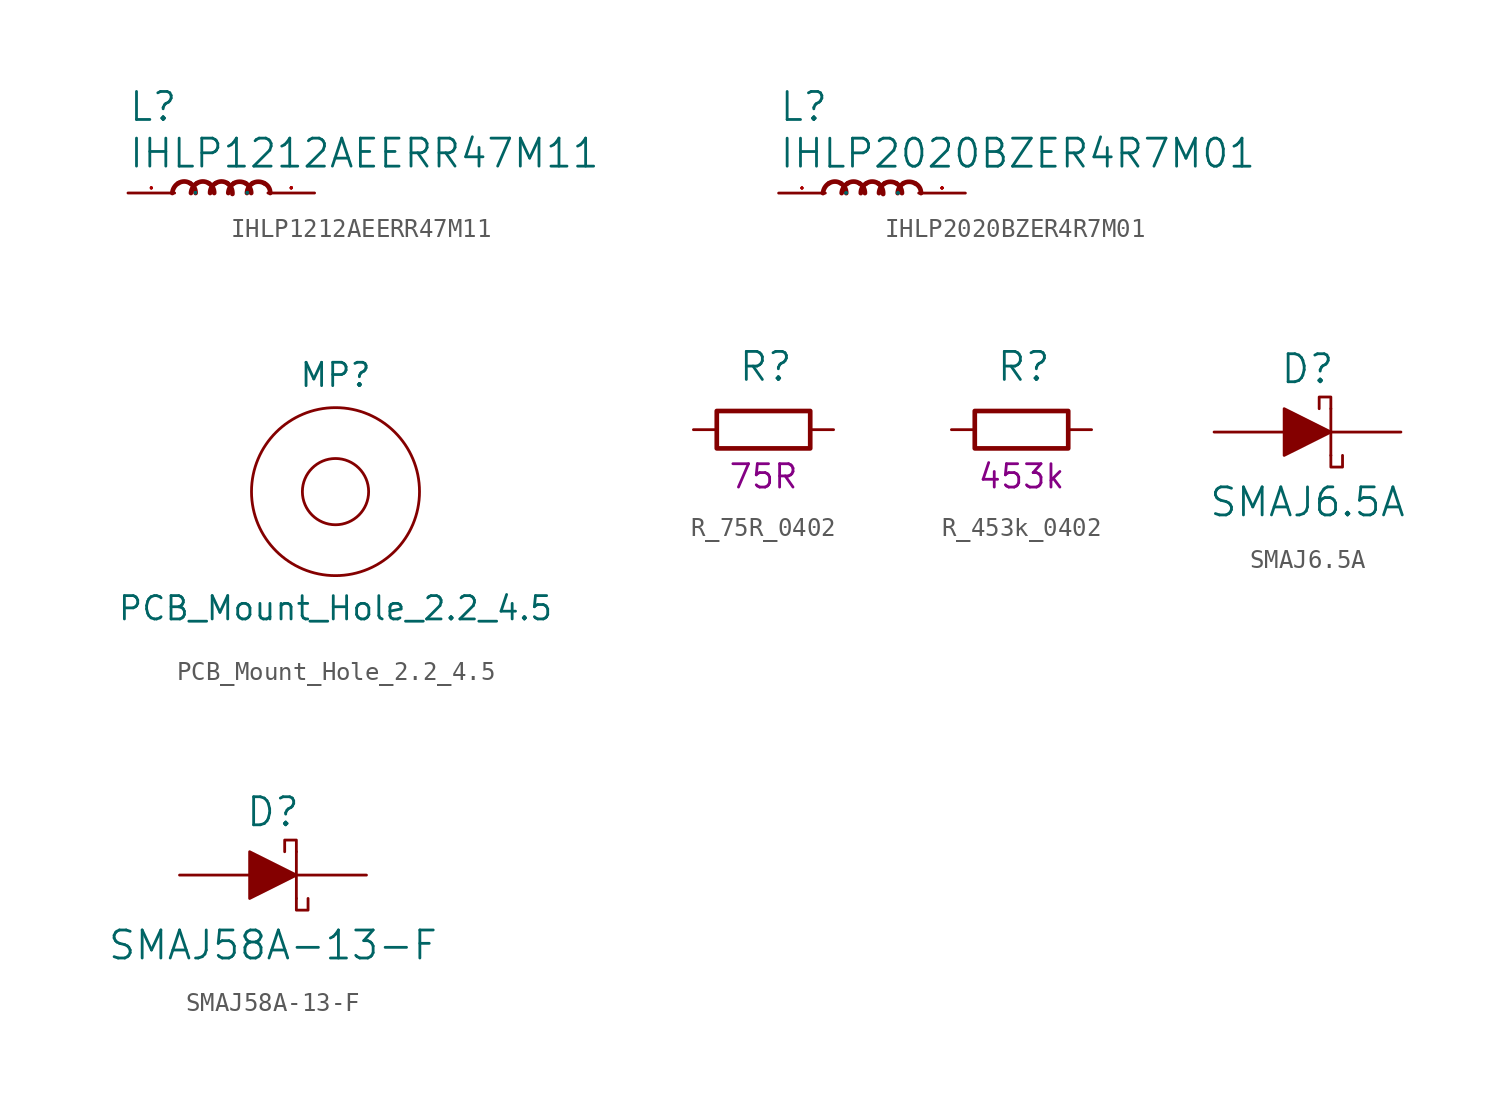
<source format=kicad_sym>
(kicad_symbol_lib
  (version 20211014)
  (generator kicad_symbol_editor)
  (symbol "IHLP1212AEERR47M11"
    (pin_names
      (offset 1.016))
    (property "Reference" "L"
      (at -5.08 3.81 0)
      (effects (font (size 1.524 1.524)) (justify left bottom)))
    (property "Value" "IHLP1212AEERR47M11"
      (at -5.08 1.27 0)
      (effects (font (size 1.524 1.524)) (justify left bottom)))
    (symbol "IHLP1212AEERR47M11_0_1"
      (pin passive line (at -5.08 0 0) (length 2.54) (name "P" (effects (font (size 0.025 0.025)))) (number "1" (effects (font (size 0.025 0.025)))))
      (pin passive line (at 5.08 0 180) (length 2.54) (name "P" (effects (font (size 0.025 0.025)))) (number "2" (effects (font (size 0.025 0.025))))))
    (symbol "IHLP1212AEERR47M11_1_1"
      (arc (start -2.3368 0.5334) (mid -2.5634 0.3084) (end -2.667 0) (stroke (width 0.254) (type default) (color 0 0 0 0)) (fill (type none)))
      (arc (start -1.7018 0.5334) (mid -2.021 0.6272) (end -2.3368 0.5334) (stroke (width 0.254) (type default) (color 0 0 0 0)) (fill (type none)))
      (arc (start -1.397 0) (mid -1.4773 0.309) (end -1.7018 0.5334) (stroke (width 0.254) (type default) (color 0 0 0 0)) (fill (type none)))
      (arc (start -1.3208 0.5334) (mid -1.5474 0.3084) (end -1.651 0) (stroke (width 0.254) (type default) (color 0 0 0 0)) (fill (type none)))
      (arc (start -0.6858 0.5334) (mid -1.005 0.6272) (end -1.3208 0.5334) (stroke (width 0.254) (type default) (color 0 0 0 0)) (fill (type none)))
      (arc (start -0.381 0) (mid -0.4613 0.309) (end -0.6858 0.5334) (stroke (width 0.254) (type default) (color 0 0 0 0)) (fill (type none)))
      (arc (start -0.3048 0.5334) (mid -0.5314 0.3084) (end -0.6096 0) (stroke (width 0.254) (type default) (color 0 0 0 0)) (fill (type none)))
      (arc (start 0.3302 0.5334) (mid 0.011 0.6272) (end -0.3048 0.5334) (stroke (width 0.254) (type default) (color 0 0 0 0)) (fill (type none)))
      (arc (start 0.6096 -0.0508) (mid 0.5463 0.2752) (end 0.3302 0.5334) (stroke (width 0.254) (type default) (color 0 0 0 0)) (fill (type none)))
      (arc (start 0.6858 0.5334) (mid 0.468 0.3053) (end 0.381 0) (stroke (width 0.254) (type default) (color 0 0 0 0)) (fill (type none)))
      (arc (start 1.3208 0.5334) (mid 1.0052 0.6142) (end 0.6858 0.5334) (stroke (width 0.254) (type default) (color 0 0 0 0)) (fill (type none)))
      (arc (start 1.6256 0) (mid 1.5432 0.306) (end 1.3208 0.5334) (stroke (width 0.254) (type default) (color 0 0 0 0)) (fill (type none)))
      (arc (start 1.7018 0.5334) (mid 1.484 0.3053) (end 1.397 0) (stroke (width 0.254) (type default) (color 0 0 0 0)) (fill (type none)))
      (arc (start 2.3368 0.5334) (mid 2.0212 0.6142) (end 1.7018 0.5334) (stroke (width 0.254) (type default) (color 0 0 0 0)) (fill (type none)))
      (arc (start 2.667 0) (mid 2.5812 0.3187) (end 2.3368 0.5334) (stroke (width 0.254) (type default) (color 0 0 0 0)) (fill (type none)))))
  (symbol "IHLP2020BZER4R7M01"
    (pin_names
      (offset 1.016))
    (property "Reference" "L"
      (at -5.08 3.81 0)
      (effects (font (size 1.524 1.524)) (justify left bottom)))
    (property "Value" "IHLP2020BZER4R7M01"
      (at -5.08 1.27 0)
      (effects (font (size 1.524 1.524)) (justify left bottom)))
    (symbol "IHLP2020BZER4R7M01_0_1"
      (pin passive line (at -5.08 0 0) (length 2.54) (name "P" (effects (font (size 0.025 0.025)))) (number "1" (effects (font (size 0.025 0.025)))))
      (pin passive line (at 5.08 0 180) (length 2.54) (name "P" (effects (font (size 0.025 0.025)))) (number "2" (effects (font (size 0.025 0.025))))))
    (symbol "IHLP2020BZER4R7M01_1_1"
      (arc (start -2.3368 0.5334) (mid -2.5634 0.3084) (end -2.667 0) (stroke (width 0.254) (type default) (color 0 0 0 0)) (fill (type none)))
      (arc (start -1.7018 0.5334) (mid -2.021 0.6272) (end -2.3368 0.5334) (stroke (width 0.254) (type default) (color 0 0 0 0)) (fill (type none)))
      (arc (start -1.397 0) (mid -1.4773 0.309) (end -1.7018 0.5334) (stroke (width 0.254) (type default) (color 0 0 0 0)) (fill (type none)))
      (arc (start -1.3208 0.5334) (mid -1.5474 0.3084) (end -1.651 0) (stroke (width 0.254) (type default) (color 0 0 0 0)) (fill (type none)))
      (arc (start -0.6858 0.5334) (mid -1.005 0.6272) (end -1.3208 0.5334) (stroke (width 0.254) (type default) (color 0 0 0 0)) (fill (type none)))
      (arc (start -0.381 0) (mid -0.4613 0.309) (end -0.6858 0.5334) (stroke (width 0.254) (type default) (color 0 0 0 0)) (fill (type none)))
      (arc (start -0.3048 0.5334) (mid -0.5314 0.3084) (end -0.6096 0) (stroke (width 0.254) (type default) (color 0 0 0 0)) (fill (type none)))
      (arc (start 0.3302 0.5334) (mid 0.011 0.6272) (end -0.3048 0.5334) (stroke (width 0.254) (type default) (color 0 0 0 0)) (fill (type none)))
      (arc (start 0.6096 -0.0508) (mid 0.5463 0.2752) (end 0.3302 0.5334) (stroke (width 0.254) (type default) (color 0 0 0 0)) (fill (type none)))
      (arc (start 0.6858 0.5334) (mid 0.468 0.3053) (end 0.381 0) (stroke (width 0.254) (type default) (color 0 0 0 0)) (fill (type none)))
      (arc (start 1.3208 0.5334) (mid 1.0052 0.6142) (end 0.6858 0.5334) (stroke (width 0.254) (type default) (color 0 0 0 0)) (fill (type none)))
      (arc (start 1.6256 0) (mid 1.5432 0.306) (end 1.3208 0.5334) (stroke (width 0.254) (type default) (color 0 0 0 0)) (fill (type none)))
      (arc (start 1.7018 0.5334) (mid 1.484 0.3053) (end 1.397 0) (stroke (width 0.254) (type default) (color 0 0 0 0)) (fill (type none)))
      (arc (start 2.3368 0.5334) (mid 2.0212 0.6142) (end 1.7018 0.5334) (stroke (width 0.254) (type default) (color 0 0 0 0)) (fill (type none)))
      (arc (start 2.667 0) (mid 2.5812 0.3187) (end 2.3368 0.5334) (stroke (width 0.254) (type default) (color 0 0 0 0)) (fill (type none)))))
  (symbol "PCB_Mount_Hole_2.2_4.5"
    (pin_names
      (offset 1.016))
    (property "Reference" "MP"
      (at 0 6.35 0)
      (effects (font (size 1.27 1.27))))
    (property "Value" "PCB_Mount_Hole_2.2_4.5"
      (at 0 -6.35 0)
      (effects (font (size 1.27 1.27))))
    (symbol "PCB_Mount_Hole_2.2_4.5_0_1"
      (circle (center 0 0) (radius 1.803) (stroke (width 0) (type default) (color 0 0 0 0)) (fill (type none)))
      (circle (center 0 0) (radius 4.572) (stroke (width 0) (type default) (color 0 0 0 0)) (fill (type none)))))
  (symbol "R_75R_0402"
    (pin_names
      (offset 0))
    (property "Reference" "R"
      (at -1.397 3.429 0)
      (effects (font (size 1.524 1.524)) (justify left)))
    (property "Val" "75R"
      (at 0 -2.54 0)
      (effects (font (size 1.27 1.27))))
    (symbol "R_75R_0402_1_1"
      (rectangle (start 2.54 -1.016) (end -2.54 1.016) (stroke (width 0.254) (type default) (color 0 0 0 0)) (fill (type none)))
      (pin passive line (at -3.81 0 0) (length 1.27) (name "~" (effects (font (size 0 0)))) (number "1" (effects (font (size 0 0)))))
      (pin passive line (at 3.81 0 180) (length 1.27) (name "~" (effects (font (size 0 0)))) (number "2" (effects (font (size 0 0)))))))
  (symbol "R_453k_0402"
    (pin_names
      (offset 0))
    (property "Reference" "R"
      (at -1.397 3.429 0)
      (effects (font (size 1.524 1.524)) (justify left)))
    (property "Val" "453k"
      (at 0 -2.54 0)
      (effects (font (size 1.27 1.27))))
    (symbol "R_453k_0402_1_1"
      (rectangle (start 2.54 -1.016) (end -2.54 1.016) (stroke (width 0.254) (type default) (color 0 0 0 0)) (fill (type none)))
      (pin passive line (at -3.81 0 0) (length 1.27) (name "~" (effects (font (size 0 0)))) (number "1" (effects (font (size 0 0)))))
      (pin passive line (at 3.81 0 180) (length 1.27) (name "~" (effects (font (size 0 0)))) (number "2" (effects (font (size 0 0)))))))
  (symbol "SMAJ6.5A"
    (pin_numbers hide)
    (pin_names
      (offset 0) hide)
    (property "Reference" "D"
      (at 0 2.54 0)
      (effects (font (size 1.524 1.524)) (justify bottom)))
    (property "Value" "SMAJ6.5A"
      (at 0 -3.81 0)
      (effects (font (size 1.524 1.524))))
    (symbol "SMAJ6.5A_0_1"
      (polyline (pts (xy 1.27 1.27) (xy 1.27 -1.27)) (stroke (width 0) (type default) (color 0 0 0 0)) (fill (type none)))
      (polyline (pts (xy -1.27 1.27) (xy -1.27 -1.27) (xy 1.27 0) (xy -1.27 1.27)) (stroke (width 0) (type default) (color 0 0 0 0)) (fill (type outline)))
      (polyline (pts (xy 1.27 -1.27) (xy 1.27 -1.905) (xy 1.905 -1.905) (xy 1.905 -1.27)) (stroke (width 0) (type default) (color 0 0 0 0)) (fill (type none)))
      (polyline (pts (xy 1.27 1.27) (xy 1.27 1.905) (xy 0.635 1.905) (xy 0.635 1.27)) (stroke (width 0) (type default) (color 0 0 0 0)) (fill (type none))))
    (symbol "SMAJ6.5A_1_1"
      (pin passive line (at -5.08 0 0) (length 3.81) (name "~" (effects (font (size 1.27 1.27)))) (number "A" (effects (font (size 1.27 1.27)))))
      (pin passive line (at 5.08 0 180) (length 3.81) (name "~" (effects (font (size 1.27 1.27)))) (number "K" (effects (font (size 1.27 1.27)))))))
  (symbol "SMAJ58A-13-F"
    (pin_numbers hide)
    (pin_names
      (offset 0) hide)
    (property "Reference" "D"
      (at 0 2.54 0)
      (effects (font (size 1.524 1.524)) (justify bottom)))
    (property "Value" "SMAJ58A-13-F"
      (at 0 -3.81 0)
      (effects (font (size 1.524 1.524))))
    (symbol "SMAJ58A-13-F_0_1"
      (polyline (pts (xy 1.27 1.27) (xy 1.27 -1.27)) (stroke (width 0) (type default) (color 0 0 0 0)) (fill (type none)))
      (polyline (pts (xy -1.27 1.27) (xy -1.27 -1.27) (xy 1.27 0) (xy -1.27 1.27)) (stroke (width 0) (type default) (color 0 0 0 0)) (fill (type outline)))
      (polyline (pts (xy 1.27 -1.27) (xy 1.27 -1.905) (xy 1.905 -1.905) (xy 1.905 -1.27)) (stroke (width 0) (type default) (color 0 0 0 0)) (fill (type none)))
      (polyline (pts (xy 1.27 1.27) (xy 1.27 1.905) (xy 0.635 1.905) (xy 0.635 1.27)) (stroke (width 0) (type default) (color 0 0 0 0)) (fill (type none))))
    (symbol "SMAJ58A-13-F_1_1"
      (pin passive line (at -5.08 0 0) (length 3.81) (name "~" (effects (font (size 1.27 1.27)))) (number "A" (effects (font (size 1.27 1.27)))))
      (pin passive line (at 5.08 0 180) (length 3.81) (name "~" (effects (font (size 1.27 1.27)))) (number "K" (effects (font (size 1.27 1.27))))))))
</source>
